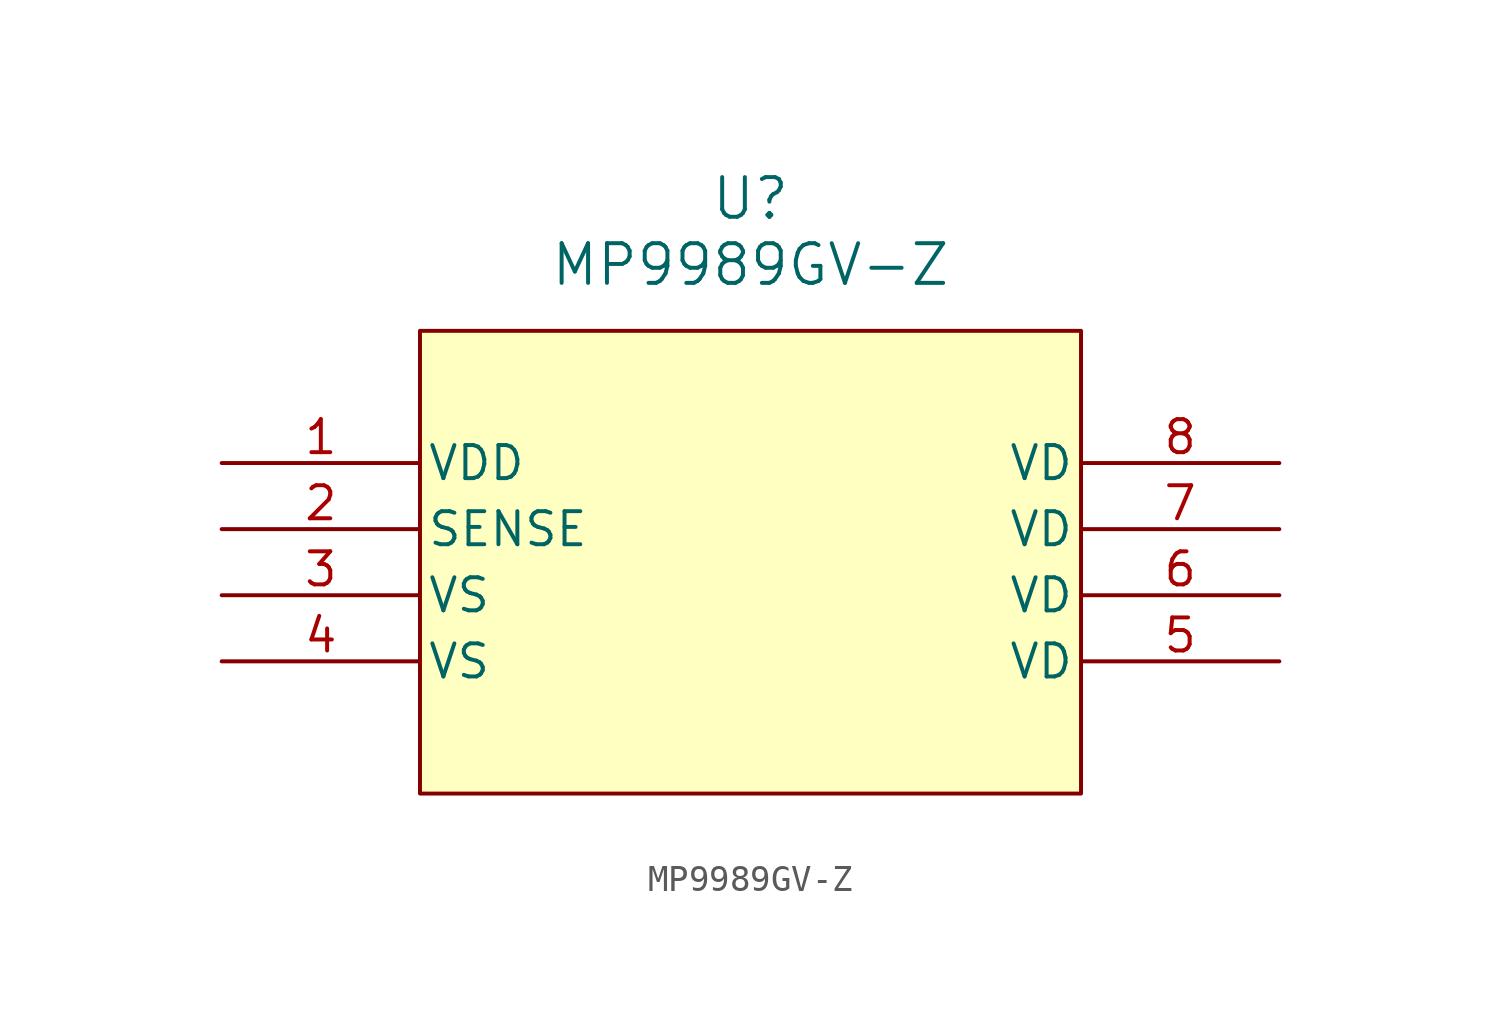
<source format=kicad_sym>
(kicad_symbol_lib
  (version 20241209)
  (generator "kicad_symbol_editor")
  (generator_version "9.0")
  (symbol "MP9989GV-Z"
    (pin_names
      (offset 0.254))
    (property "Reference" "U"
      (at 20.32 10.16 0)
      (effects (font (size 1.524 1.524))))
    (property "Value" "MP9989GV-Z"
      (at 20.32 7.62 0)
      (effects (font (size 1.524 1.524))))
    (property "ki_locked" ""
      (at 0 0 0)
      (effects (font (size 1.27 1.27))))
    (symbol "MP9989GV-Z_0_1"
      (pin power_in line (at 0 0 0) (length 7.62) (name "VDD" (effects (font (size 1.27 1.27)))) (number "1" (effects (font (size 1.27 1.27)))))
      (pin input line (at 0 -2.54 0) (length 7.62) (name "SENSE" (effects (font (size 1.27 1.27)))) (number "2" (effects (font (size 1.27 1.27)))))
      (pin unspecified line (at 0 -5.08 0) (length 7.62) (name "VS" (effects (font (size 1.27 1.27)))) (number "3" (effects (font (size 1.27 1.27)))))
      (pin unspecified line (at 0 -7.62 0) (length 7.62) (name "VS" (effects (font (size 1.27 1.27)))) (number "4" (effects (font (size 1.27 1.27)))))
      (pin unspecified line (at 40.64 0 180) (length 7.62) (name "VD" (effects (font (size 1.27 1.27)))) (number "8" (effects (font (size 1.27 1.27)))))
      (pin unspecified line (at 40.64 -2.54 180) (length 7.62) (name "VD" (effects (font (size 1.27 1.27)))) (number "7" (effects (font (size 1.27 1.27)))))
      (pin unspecified line (at 40.64 -5.08 180) (length 7.62) (name "VD" (effects (font (size 1.27 1.27)))) (number "6" (effects (font (size 1.27 1.27)))))
      (pin unspecified line (at 40.64 -7.62 180) (length 7.62) (name "VD" (effects (font (size 1.27 1.27)))) (number "5" (effects (font (size 1.27 1.27))))))
    (symbol "MP9989GV-Z_1_1"
      (rectangle (start 7.62 5.08) (end 33.02 -12.7) (stroke (width 0) (type solid)) (fill (type background))))))
</source>
